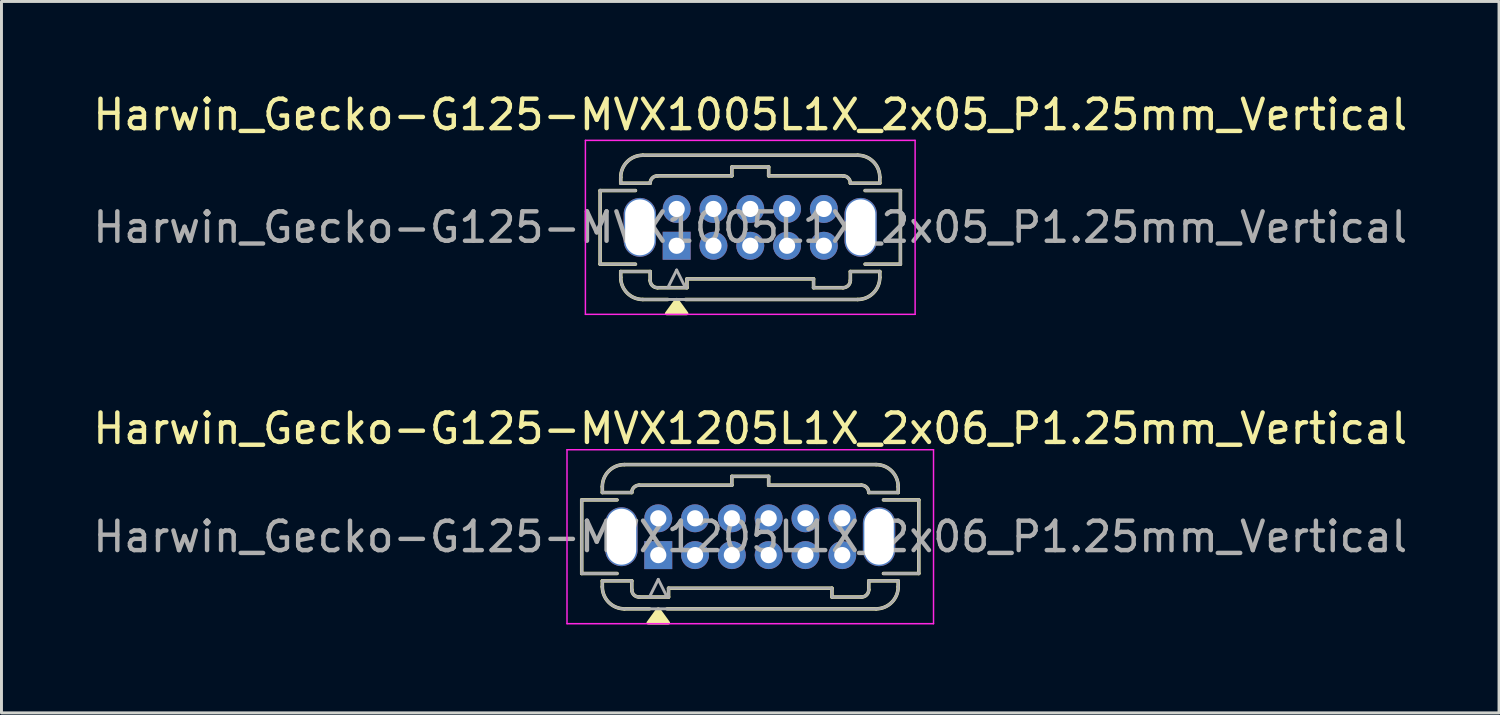
<source format=kicad_pcb>
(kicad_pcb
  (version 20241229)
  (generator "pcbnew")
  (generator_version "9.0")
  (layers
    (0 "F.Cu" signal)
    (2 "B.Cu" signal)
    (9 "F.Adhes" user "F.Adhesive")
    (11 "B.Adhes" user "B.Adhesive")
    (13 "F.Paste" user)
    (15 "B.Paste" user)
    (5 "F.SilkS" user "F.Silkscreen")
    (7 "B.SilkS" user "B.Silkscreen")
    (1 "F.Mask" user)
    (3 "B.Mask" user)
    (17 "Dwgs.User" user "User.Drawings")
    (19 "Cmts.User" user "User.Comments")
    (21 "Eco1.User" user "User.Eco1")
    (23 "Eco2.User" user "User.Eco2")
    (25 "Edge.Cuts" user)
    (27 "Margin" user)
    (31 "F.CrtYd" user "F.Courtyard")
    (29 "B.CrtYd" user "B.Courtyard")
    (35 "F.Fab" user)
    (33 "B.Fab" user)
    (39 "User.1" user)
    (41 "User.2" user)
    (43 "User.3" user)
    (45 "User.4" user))
  (footprint "Harwin_Gecko-G125-MVX1005L1X_2x05_P1.25mm_Vertical"
    (layer "F.Cu")
    (at 19.935 5.298)
    (property "Reference" "Harwin_Gecko-G125-MVX1005L1X_2x05_P1.25mm_Vertical" (at 2.5 -4.45 0) (layer "F.SilkS") (effects (font (size 1 1) (thickness 0.15))))
    (attr through_hole)
    (fp_line (start -2.6 -1.875) (end -2.6 0.625) (stroke (width 0.12) (type solid)) (layer "F.SilkS"))
    (fp_line (start -2.6 0.625) (end -1.4 0.625) (stroke (width 0.12) (type solid)) (layer "F.SilkS"))
    (fp_line (start -1.9 -2.325) (end -1.9 -2.125) (stroke (width 0.12) (type solid)) (layer "F.SilkS"))
    (fp_line (start -1.9 -2.125) (end -0.9 -2.125) (stroke (width 0.12) (type solid)) (layer "F.SilkS"))
    (fp_line (start -1.9 0.875) (end -0.9 0.875) (stroke (width 0.12) (type solid)) (layer "F.SilkS"))
    (fp_line (start -1.9 1.075) (end -1.9 0.875) (stroke (width 0.12) (type solid)) (layer "F.SilkS"))
    (fp_line (start -1.4 -1.875) (end -2.6 -1.875) (stroke (width 0.12) (type solid)) (layer "F.SilkS"))
    (fp_line (start -1.15 -3.075) (end 6.15 -3.075) (stroke (width 0.12) (type solid)) (layer "F.SilkS"))
    (fp_line (start -1.15 1.825) (end -0.3 1.825) (stroke (width 0.12) (type solid)) (layer "F.SilkS"))
    (fp_line (start -0.9 1.175) (end -0.9 0.875) (stroke (width 0.12) (type solid)) (layer "F.SilkS"))
    (fp_line (start -0.65 -2.375) (end 1.875 -2.375) (stroke (width 0.12) (type solid)) (layer "F.SilkS"))
    (fp_line (start -0.65 1.425) (end 0.35 1.425) (stroke (width 0.12) (type solid)) (layer "F.SilkS"))
    (fp_line (start 0.3 1.825) (end 6.15 1.825) (stroke (width 0.12) (type solid)) (layer "F.SilkS"))
    (fp_line (start 0.35 1.125) (end 4.65 1.125) (stroke (width 0.12) (type solid)) (layer "F.SilkS"))
    (fp_line (start 0.35 1.425) (end 0.35 1.125) (stroke (width 0.12) (type solid)) (layer "F.SilkS"))
    (fp_line (start 1.875 -2.675) (end 3.125 -2.675) (stroke (width 0.12) (type solid)) (layer "F.SilkS"))
    (fp_line (start 1.875 -2.375) (end 1.875 -2.675) (stroke (width 0.12) (type solid)) (layer "F.SilkS"))
    (fp_line (start 3.125 -2.675) (end 3.125 -2.375) (stroke (width 0.12) (type solid)) (layer "F.SilkS"))
    (fp_line (start 3.125 -2.375) (end 5.65 -2.375) (stroke (width 0.12) (type solid)) (layer "F.SilkS"))
    (fp_line (start 4.65 1.125) (end 4.65 1.425) (stroke (width 0.12) (type solid)) (layer "F.SilkS"))
    (fp_line (start 4.65 1.425) (end 5.65 1.425) (stroke (width 0.12) (type solid)) (layer "F.SilkS"))
    (fp_line (start 5.9 1.175) (end 5.9 0.875) (stroke (width 0.12) (type solid)) (layer "F.SilkS"))
    (fp_line (start 6.4 -1.875) (end 7.6 -1.875) (stroke (width 0.12) (type solid)) (layer "F.SilkS"))
    (fp_line (start 6.9 -2.325) (end 6.9 -2.125) (stroke (width 0.12) (type solid)) (layer "F.SilkS"))
    (fp_line (start 6.9 -2.125) (end 5.9 -2.125) (stroke (width 0.12) (type solid)) (layer "F.SilkS"))
    (fp_line (start 6.9 0.875) (end 5.9 0.875) (stroke (width 0.12) (type solid)) (layer "F.SilkS"))
    (fp_line (start 6.9 1.075) (end 6.9 0.875) (stroke (width 0.12) (type solid)) (layer "F.SilkS"))
    (fp_line (start 7.6 -1.875) (end 7.6 0.625) (stroke (width 0.12) (type solid)) (layer "F.SilkS"))
    (fp_line (start 7.6 0.625) (end 6.4 0.625) (stroke (width 0.12) (type solid)) (layer "F.SilkS"))
    (fp_arc (start -1.9 -2.325) (mid -1.68033 -2.85533) (end -1.15 -3.075) (stroke (width 0.12) (type solid)) (layer "F.SilkS"))
    (fp_arc (start -1.15 1.825) (mid -1.68033 1.60533) (end -1.9 1.075) (stroke (width 0.12) (type solid)) (layer "F.SilkS"))
    (fp_arc (start -0.9 -2.125) (mid -0.826777 -2.301777) (end -0.65 -2.375) (stroke (width 0.12) (type solid)) (layer "F.SilkS"))
    (fp_arc (start -0.65 1.425) (mid -0.826777 1.351777) (end -0.9 1.175) (stroke (width 0.12) (type solid)) (layer "F.SilkS"))
    (fp_arc (start 5.65 -2.375) (mid 5.826777 -2.301777) (end 5.9 -2.125) (stroke (width 0.12) (type solid)) (layer "F.SilkS"))
    (fp_arc (start 5.9 1.175) (mid 5.826777 1.351777) (end 5.65 1.425) (stroke (width 0.12) (type solid)) (layer "F.SilkS"))
    (fp_arc (start 6.15 -3.075) (mid 6.68033 -2.85533) (end 6.9 -2.325) (stroke (width 0.12) (type solid)) (layer "F.SilkS"))
    (fp_arc (start 6.9 1.075) (mid 6.68033 1.60533) (end 6.15 1.825) (stroke (width 0.12) (type solid)) (layer "F.SilkS"))
    (fp_poly (pts (xy 0 1.83) (xy -0.34 2.3) (xy 0.34 2.3) (xy 0 1.83)) (stroke (width 0.12) (type solid)) (fill yes) (layer "F.SilkS"))
    (fp_line (start -3.1 -3.58) (end -3.1 2.33) (stroke (width 0.05) (type solid)) (layer "F.CrtYd"))
    (fp_line (start -3.1 2.33) (end 8.1 2.33) (stroke (width 0.05) (type solid)) (layer "F.CrtYd"))
    (fp_line (start 8.1 -3.58) (end -3.1 -3.58) (stroke (width 0.05) (type solid)) (layer "F.CrtYd"))
    (fp_line (start 8.1 -3.58) (end 8.1 2.33) (stroke (width 0.05) (type solid)) (layer "F.CrtYd"))
    (fp_line (start -2.6 -1.875) (end -2.6 0.625) (stroke (width 0.1) (type solid)) (layer "F.Fab"))
    (fp_line (start -2.6 0.625) (end -1.4 0.625) (stroke (width 0.1) (type solid)) (layer "F.Fab"))
    (fp_line (start -1.9 -2.325) (end -1.9 -2.125) (stroke (width 0.1) (type solid)) (layer "F.Fab"))
    (fp_line (start -1.9 -2.125) (end -0.9 -2.125) (stroke (width 0.1) (type solid)) (layer "F.Fab"))
    (fp_line (start -1.9 0.875) (end -0.9 0.875) (stroke (width 0.1) (type solid)) (layer "F.Fab"))
    (fp_line (start -1.9 1.075) (end -1.9 0.875) (stroke (width 0.1) (type solid)) (layer "F.Fab"))
    (fp_line (start -1.4 -1.875) (end -2.6 -1.875) (stroke (width 0.1) (type solid)) (layer "F.Fab"))
    (fp_line (start -1.15 -3.075) (end 6.15 -3.075) (stroke (width 0.1) (type solid)) (layer "F.Fab"))
    (fp_line (start -1.15 1.825) (end 6.15 1.825) (stroke (width 0.1) (type solid)) (layer "F.Fab"))
    (fp_line (start -0.9 1.175) (end -0.9 0.875) (stroke (width 0.1) (type solid)) (layer "F.Fab"))
    (fp_line (start -0.65 -2.375) (end 1.875 -2.375) (stroke (width 0.1) (type solid)) (layer "F.Fab"))
    (fp_line (start -0.65 1.425) (end 0.35 1.425) (stroke (width 0.1) (type solid)) (layer "F.Fab"))
    (fp_line (start 0 0.825) (end -0.3 1.425) (stroke (width 0.1) (type solid)) (layer "F.Fab"))
    (fp_line (start 0.3 1.425) (end 0 0.825) (stroke (width 0.1) (type solid)) (layer "F.Fab"))
    (fp_line (start 0.35 1.125) (end 4.65 1.125) (stroke (width 0.1) (type solid)) (layer "F.Fab"))
    (fp_line (start 0.35 1.425) (end 0.35 1.125) (stroke (width 0.1) (type solid)) (layer "F.Fab"))
    (fp_line (start 1.875 -2.675) (end 3.125 -2.675) (stroke (width 0.1) (type solid)) (layer "F.Fab"))
    (fp_line (start 1.875 -2.375) (end 1.875 -2.675) (stroke (width 0.1) (type solid)) (layer "F.Fab"))
    (fp_line (start 3.125 -2.675) (end 3.125 -2.375) (stroke (width 0.1) (type solid)) (layer "F.Fab"))
    (fp_line (start 3.125 -2.375) (end 5.65 -2.375) (stroke (width 0.1) (type solid)) (layer "F.Fab"))
    (fp_line (start 4.65 1.125) (end 4.65 1.425) (stroke (width 0.1) (type solid)) (layer "F.Fab"))
    (fp_line (start 4.65 1.425) (end 5.65 1.425) (stroke (width 0.1) (type solid)) (layer "F.Fab"))
    (fp_line (start 5.9 1.175) (end 5.9 0.875) (stroke (width 0.1) (type solid)) (layer "F.Fab"))
    (fp_line (start 6.4 -1.875) (end 7.6 -1.875) (stroke (width 0.1) (type solid)) (layer "F.Fab"))
    (fp_line (start 6.9 -2.325) (end 6.9 -2.125) (stroke (width 0.1) (type solid)) (layer "F.Fab"))
    (fp_line (start 6.9 -2.125) (end 5.9 -2.125) (stroke (width 0.1) (type solid)) (layer "F.Fab"))
    (fp_line (start 6.9 0.875) (end 5.9 0.875) (stroke (width 0.1) (type solid)) (layer "F.Fab"))
    (fp_line (start 6.9 1.075) (end 6.9 0.875) (stroke (width 0.1) (type solid)) (layer "F.Fab"))
    (fp_line (start 7.6 -1.875) (end 7.6 0.625) (stroke (width 0.1) (type solid)) (layer "F.Fab"))
    (fp_line (start 7.6 0.625) (end 6.4 0.625) (stroke (width 0.1) (type solid)) (layer "F.Fab"))
    (fp_arc (start -1.9 -2.325) (mid -1.68033 -2.85533) (end -1.15 -3.075) (stroke (width 0.1) (type solid)) (layer "F.Fab"))
    (fp_arc (start -1.15 1.825) (mid -1.68033 1.60533) (end -1.9 1.075) (stroke (width 0.1) (type solid)) (layer "F.Fab"))
    (fp_arc (start -0.9 -2.125) (mid -0.826777 -2.301777) (end -0.65 -2.375) (stroke (width 0.1) (type solid)) (layer "F.Fab"))
    (fp_arc (start -0.65 1.425) (mid -0.826777 1.351777) (end -0.9 1.175) (stroke (width 0.1) (type solid)) (layer "F.Fab"))
    (fp_arc (start 5.65 -2.375) (mid 5.826777 -2.301777) (end 5.9 -2.125) (stroke (width 0.1) (type solid)) (layer "F.Fab"))
    (fp_arc (start 5.9 1.175) (mid 5.826777 1.351777) (end 5.65 1.425) (stroke (width 0.1) (type solid)) (layer "F.Fab"))
    (fp_arc (start 6.15 -3.075) (mid 6.68033 -2.85533) (end 6.9 -2.325) (stroke (width 0.1) (type solid)) (layer "F.Fab"))
    (fp_arc (start 6.9 1.075) (mid 6.68033 1.60533) (end 6.15 1.825) (stroke (width 0.1) (type solid)) (layer "F.Fab"))
    (fp_text user "${REFERENCE}" (at 2.5 -0.625 0) (layer "F.Fab") (effects (font (size 1 1) (thickness 0.15))))
    (pad "" np_thru_hole oval (at -1.25 -0.625) (size 1.1 2) (drill oval 1 1.9) (layers "*.Cu" "*.Mask"))
    (pad "" np_thru_hole oval (at 6.25 -0.625) (size 1.1 2) (drill oval 1 1.9) (layers "*.Cu" "*.Mask"))
    (pad "1" thru_hole rect (at 0 0) (size 0.95 0.95) (drill 0.55) (layers "*.Cu" "*.Mask"))
    (pad "2" thru_hole circle (at 1.25 0) (size 0.95 0.95) (drill 0.55) (layers "*.Cu" "*.Mask"))
    (pad "3" thru_hole circle (at 2.5 0) (size 0.95 0.95) (drill 0.55) (layers "*.Cu" "*.Mask"))
    (pad "4" thru_hole circle (at 3.75 0) (size 0.95 0.95) (drill 0.55) (layers "*.Cu" "*.Mask"))
    (pad "5" thru_hole circle (at 5 0) (size 0.95 0.95) (drill 0.55) (layers "*.Cu" "*.Mask"))
    (pad "6" thru_hole circle (at 0 -1.25) (size 0.95 0.95) (drill 0.55) (layers "*.Cu" "*.Mask"))
    (pad "7" thru_hole circle (at 1.25 -1.25) (size 0.95 0.95) (drill 0.55) (layers "*.Cu" "*.Mask"))
    (pad "8" thru_hole circle (at 2.5 -1.25) (size 0.95 0.95) (drill 0.55) (layers "*.Cu" "*.Mask"))
    (pad "9" thru_hole circle (at 3.75 -1.25) (size 0.95 0.95) (drill 0.55) (layers "*.Cu" "*.Mask"))
    (pad "10" thru_hole circle (at 5 -1.25) (size 0.95 0.95) (drill 0.55) (layers "*.Cu" "*.Mask")))
  (footprint "Harwin_Gecko-G125-MVX1205L1X_2x06_P1.25mm_Vertical"
    (layer "F.Cu")
    (at 19.31 15.806)
    (property "Reference" "Harwin_Gecko-G125-MVX1205L1X_2x06_P1.25mm_Vertical" (at 3.125 -4.3 0) (layer "F.SilkS") (effects (font (size 1 1) (thickness 0.15))))
    (attr through_hole)
    (fp_line (start -2.6 -1.875) (end -2.6 0.625) (stroke (width 0.12) (type solid)) (layer "F.SilkS"))
    (fp_line (start -2.6 0.625) (end -1.4 0.625) (stroke (width 0.12) (type solid)) (layer "F.SilkS"))
    (fp_line (start -1.9 -2.325) (end -1.9 -2.125) (stroke (width 0.12) (type solid)) (layer "F.SilkS"))
    (fp_line (start -1.9 -2.125) (end -0.9 -2.125) (stroke (width 0.12) (type solid)) (layer "F.SilkS"))
    (fp_line (start -1.9 0.875) (end -0.9 0.875) (stroke (width 0.12) (type solid)) (layer "F.SilkS"))
    (fp_line (start -1.9 1.075) (end -1.9 0.875) (stroke (width 0.12) (type solid)) (layer "F.SilkS"))
    (fp_line (start -1.4 -1.875) (end -2.6 -1.875) (stroke (width 0.12) (type solid)) (layer "F.SilkS"))
    (fp_line (start -1.15 -3.075) (end 7.4 -3.075) (stroke (width 0.12) (type solid)) (layer "F.SilkS"))
    (fp_line (start -1.15 1.825) (end -0.3 1.825) (stroke (width 0.12) (type solid)) (layer "F.SilkS"))
    (fp_line (start -0.9 1.175) (end -0.9 0.875) (stroke (width 0.12) (type solid)) (layer "F.SilkS"))
    (fp_line (start -0.65 -2.375) (end 2.5 -2.375) (stroke (width 0.12) (type solid)) (layer "F.SilkS"))
    (fp_line (start -0.65 1.425) (end 0.35 1.425) (stroke (width 0.12) (type solid)) (layer "F.SilkS"))
    (fp_line (start 0.3 1.825) (end 7.4 1.825) (stroke (width 0.12) (type solid)) (layer "F.SilkS"))
    (fp_line (start 0.35 1.125) (end 5.9 1.125) (stroke (width 0.12) (type solid)) (layer "F.SilkS"))
    (fp_line (start 0.35 1.425) (end 0.35 1.125) (stroke (width 0.12) (type solid)) (layer "F.SilkS"))
    (fp_line (start 2.5 -2.675) (end 3.75 -2.675) (stroke (width 0.12) (type solid)) (layer "F.SilkS"))
    (fp_line (start 2.5 -2.375) (end 2.5 -2.675) (stroke (width 0.12) (type solid)) (layer "F.SilkS"))
    (fp_line (start 3.75 -2.675) (end 3.75 -2.375) (stroke (width 0.12) (type solid)) (layer "F.SilkS"))
    (fp_line (start 3.75 -2.375) (end 6.9 -2.375) (stroke (width 0.12) (type solid)) (layer "F.SilkS"))
    (fp_line (start 5.9 1.125) (end 5.9 1.425) (stroke (width 0.12) (type solid)) (layer "F.SilkS"))
    (fp_line (start 5.9 1.425) (end 6.9 1.425) (stroke (width 0.12) (type solid)) (layer "F.SilkS"))
    (fp_line (start 7.15 1.175) (end 7.15 0.875) (stroke (width 0.12) (type solid)) (layer "F.SilkS"))
    (fp_line (start 7.65 -1.875) (end 8.85 -1.875) (stroke (width 0.12) (type solid)) (layer "F.SilkS"))
    (fp_line (start 8.15 -2.325) (end 8.15 -2.125) (stroke (width 0.12) (type solid)) (layer "F.SilkS"))
    (fp_line (start 8.15 -2.125) (end 7.15 -2.125) (stroke (width 0.12) (type solid)) (layer "F.SilkS"))
    (fp_line (start 8.15 0.875) (end 7.15 0.875) (stroke (width 0.12) (type solid)) (layer "F.SilkS"))
    (fp_line (start 8.15 1.075) (end 8.15 0.875) (stroke (width 0.12) (type solid)) (layer "F.SilkS"))
    (fp_line (start 8.85 -1.875) (end 8.85 0.625) (stroke (width 0.12) (type solid)) (layer "F.SilkS"))
    (fp_line (start 8.85 0.625) (end 7.65 0.625) (stroke (width 0.12) (type solid)) (layer "F.SilkS"))
    (fp_arc (start -1.9 -2.325) (mid -1.68033 -2.85533) (end -1.15 -3.075) (stroke (width 0.12) (type solid)) (layer "F.SilkS"))
    (fp_arc (start -1.15 1.825) (mid -1.68033 1.60533) (end -1.9 1.075) (stroke (width 0.12) (type solid)) (layer "F.SilkS"))
    (fp_arc (start -0.9 -2.125) (mid -0.826777 -2.301777) (end -0.65 -2.375) (stroke (width 0.12) (type solid)) (layer "F.SilkS"))
    (fp_arc (start -0.65 1.425) (mid -0.826777 1.351777) (end -0.9 1.175) (stroke (width 0.12) (type solid)) (layer "F.SilkS"))
    (fp_arc (start 6.9 -2.375) (mid 7.076777 -2.301777) (end 7.15 -2.125) (stroke (width 0.12) (type solid)) (layer "F.SilkS"))
    (fp_arc (start 7.15 1.175) (mid 7.076777 1.351777) (end 6.9 1.425) (stroke (width 0.12) (type solid)) (layer "F.SilkS"))
    (fp_arc (start 7.4 -3.075) (mid 7.93033 -2.85533) (end 8.15 -2.325) (stroke (width 0.12) (type solid)) (layer "F.SilkS"))
    (fp_arc (start 8.15 1.075) (mid 7.93033 1.60533) (end 7.4 1.825) (stroke (width 0.12) (type solid)) (layer "F.SilkS"))
    (fp_poly (pts (xy 0 1.83) (xy -0.34 2.3) (xy 0.34 2.3) (xy 0 1.83)) (stroke (width 0.12) (type solid)) (fill yes) (layer "F.SilkS"))
    (fp_line (start -3.1 -3.58) (end -3.1 2.33) (stroke (width 0.05) (type solid)) (layer "F.CrtYd"))
    (fp_line (start -3.1 2.33) (end 9.35 2.33) (stroke (width 0.05) (type solid)) (layer "F.CrtYd"))
    (fp_line (start 9.35 -3.58) (end -3.1 -3.58) (stroke (width 0.05) (type solid)) (layer "F.CrtYd"))
    (fp_line (start 9.35 -3.58) (end 9.35 2.33) (stroke (width 0.05) (type solid)) (layer "F.CrtYd"))
    (fp_line (start -2.6 -1.875) (end -2.6 0.625) (stroke (width 0.1) (type solid)) (layer "F.Fab"))
    (fp_line (start -2.6 0.625) (end -1.4 0.625) (stroke (width 0.1) (type solid)) (layer "F.Fab"))
    (fp_line (start -1.9 -2.325) (end -1.9 -2.125) (stroke (width 0.1) (type solid)) (layer "F.Fab"))
    (fp_line (start -1.9 -2.125) (end -0.9 -2.125) (stroke (width 0.1) (type solid)) (layer "F.Fab"))
    (fp_line (start -1.9 0.875) (end -0.9 0.875) (stroke (width 0.1) (type solid)) (layer "F.Fab"))
    (fp_line (start -1.9 1.075) (end -1.9 0.875) (stroke (width 0.1) (type solid)) (layer "F.Fab"))
    (fp_line (start -1.4 -1.875) (end -2.6 -1.875) (stroke (width 0.1) (type solid)) (layer "F.Fab"))
    (fp_line (start -1.15 -3.075) (end 7.4 -3.075) (stroke (width 0.1) (type solid)) (layer "F.Fab"))
    (fp_line (start -1.15 1.825) (end 7.4 1.825) (stroke (width 0.1) (type solid)) (layer "F.Fab"))
    (fp_line (start -0.9 1.175) (end -0.9 0.875) (stroke (width 0.1) (type solid)) (layer "F.Fab"))
    (fp_line (start -0.65 -2.375) (end 2.5 -2.375) (stroke (width 0.1) (type solid)) (layer "F.Fab"))
    (fp_line (start -0.65 1.425) (end 0.35 1.425) (stroke (width 0.1) (type solid)) (layer "F.Fab"))
    (fp_line (start 0 0.825) (end -0.3 1.425) (stroke (width 0.1) (type solid)) (layer "F.Fab"))
    (fp_line (start 0.3 1.425) (end 0 0.825) (stroke (width 0.1) (type solid)) (layer "F.Fab"))
    (fp_line (start 0.35 1.125) (end 5.9 1.125) (stroke (width 0.1) (type solid)) (layer "F.Fab"))
    (fp_line (start 0.35 1.425) (end 0.35 1.125) (stroke (width 0.1) (type solid)) (layer "F.Fab"))
    (fp_line (start 2.5 -2.675) (end 3.75 -2.675) (stroke (width 0.1) (type solid)) (layer "F.Fab"))
    (fp_line (start 2.5 -2.375) (end 2.5 -2.675) (stroke (width 0.1) (type solid)) (layer "F.Fab"))
    (fp_line (start 3.75 -2.675) (end 3.75 -2.375) (stroke (width 0.1) (type solid)) (layer "F.Fab"))
    (fp_line (start 3.75 -2.375) (end 6.9 -2.375) (stroke (width 0.1) (type solid)) (layer "F.Fab"))
    (fp_line (start 5.9 1.125) (end 5.9 1.425) (stroke (width 0.1) (type solid)) (layer "F.Fab"))
    (fp_line (start 5.9 1.425) (end 6.9 1.425) (stroke (width 0.1) (type solid)) (layer "F.Fab"))
    (fp_line (start 7.15 1.175) (end 7.15 0.875) (stroke (width 0.1) (type solid)) (layer "F.Fab"))
    (fp_line (start 7.65 -1.875) (end 8.85 -1.875) (stroke (width 0.1) (type solid)) (layer "F.Fab"))
    (fp_line (start 8.15 -2.325) (end 8.15 -2.125) (stroke (width 0.1) (type solid)) (layer "F.Fab"))
    (fp_line (start 8.15 -2.125) (end 7.15 -2.125) (stroke (width 0.1) (type solid)) (layer "F.Fab"))
    (fp_line (start 8.15 0.875) (end 7.15 0.875) (stroke (width 0.1) (type solid)) (layer "F.Fab"))
    (fp_line (start 8.15 1.075) (end 8.15 0.875) (stroke (width 0.1) (type solid)) (layer "F.Fab"))
    (fp_line (start 8.85 -1.875) (end 8.85 0.625) (stroke (width 0.1) (type solid)) (layer "F.Fab"))
    (fp_line (start 8.85 0.625) (end 7.65 0.625) (stroke (width 0.1) (type solid)) (layer "F.Fab"))
    (fp_arc (start -1.9 -2.325) (mid -1.68033 -2.85533) (end -1.15 -3.075) (stroke (width 0.1) (type solid)) (layer "F.Fab"))
    (fp_arc (start -1.15 1.825) (mid -1.68033 1.60533) (end -1.9 1.075) (stroke (width 0.1) (type solid)) (layer "F.Fab"))
    (fp_arc (start -0.9 -2.125) (mid -0.826777 -2.301777) (end -0.65 -2.375) (stroke (width 0.1) (type solid)) (layer "F.Fab"))
    (fp_arc (start -0.65 1.425) (mid -0.826777 1.351777) (end -0.9 1.175) (stroke (width 0.1) (type solid)) (layer "F.Fab"))
    (fp_arc (start 6.9 -2.375) (mid 7.076777 -2.301777) (end 7.15 -2.125) (stroke (width 0.1) (type solid)) (layer "F.Fab"))
    (fp_arc (start 7.15 1.175) (mid 7.076777 1.351777) (end 6.9 1.425) (stroke (width 0.1) (type solid)) (layer "F.Fab"))
    (fp_arc (start 7.4 -3.075) (mid 7.93033 -2.85533) (end 8.15 -2.325) (stroke (width 0.1) (type solid)) (layer "F.Fab"))
    (fp_arc (start 8.15 1.075) (mid 7.93033 1.60533) (end 7.4 1.825) (stroke (width 0.1) (type solid)) (layer "F.Fab"))
    (fp_text user "${REFERENCE}" (at 3.125 -0.625 0) (layer "F.Fab") (effects (font (size 1 1) (thickness 0.15))))
    (pad "" np_thru_hole oval (at -1.25 -0.625) (size 1.1 2) (drill oval 1 1.9) (layers "*.Cu" "*.Mask"))
    (pad "" np_thru_hole oval (at 7.5 -0.625) (size 1.1 2) (drill oval 1 1.9) (layers "*.Cu" "*.Mask"))
    (pad "1" thru_hole rect (at 0 0) (size 0.95 0.95) (drill 0.55) (layers "*.Cu" "*.Mask"))
    (pad "2" thru_hole circle (at 1.25 0) (size 0.95 0.95) (drill 0.55) (layers "*.Cu" "*.Mask"))
    (pad "3" thru_hole circle (at 2.5 0) (size 0.95 0.95) (drill 0.55) (layers "*.Cu" "*.Mask"))
    (pad "4" thru_hole circle (at 3.75 0) (size 0.95 0.95) (drill 0.55) (layers "*.Cu" "*.Mask"))
    (pad "5" thru_hole circle (at 5 0) (size 0.95 0.95) (drill 0.55) (layers "*.Cu" "*.Mask"))
    (pad "6" thru_hole circle (at 6.25 0) (size 0.95 0.95) (drill 0.55) (layers "*.Cu" "*.Mask"))
    (pad "7" thru_hole circle (at 0 -1.25) (size 0.95 0.95) (drill 0.55) (layers "*.Cu" "*.Mask"))
    (pad "8" thru_hole circle (at 1.25 -1.25) (size 0.95 0.95) (drill 0.55) (layers "*.Cu" "*.Mask"))
    (pad "9" thru_hole circle (at 2.5 -1.25) (size 0.95 0.95) (drill 0.55) (layers "*.Cu" "*.Mask"))
    (pad "10" thru_hole circle (at 3.75 -1.25) (size 0.95 0.95) (drill 0.55) (layers "*.Cu" "*.Mask"))
    (pad "11" thru_hole circle (at 5 -1.25) (size 0.95 0.95) (drill 0.55) (layers "*.Cu" "*.Mask"))
    (pad "12" thru_hole circle (at 6.25 -1.25) (size 0.95 0.95) (drill 0.55) (layers "*.Cu" "*.Mask")))
  (gr_rect
    (start -3 -3)
    (end 47.869 21.166)
    (stroke (width 0.1) (type default))
    (fill no)
    (layer "Edge.Cuts")))
</source>
